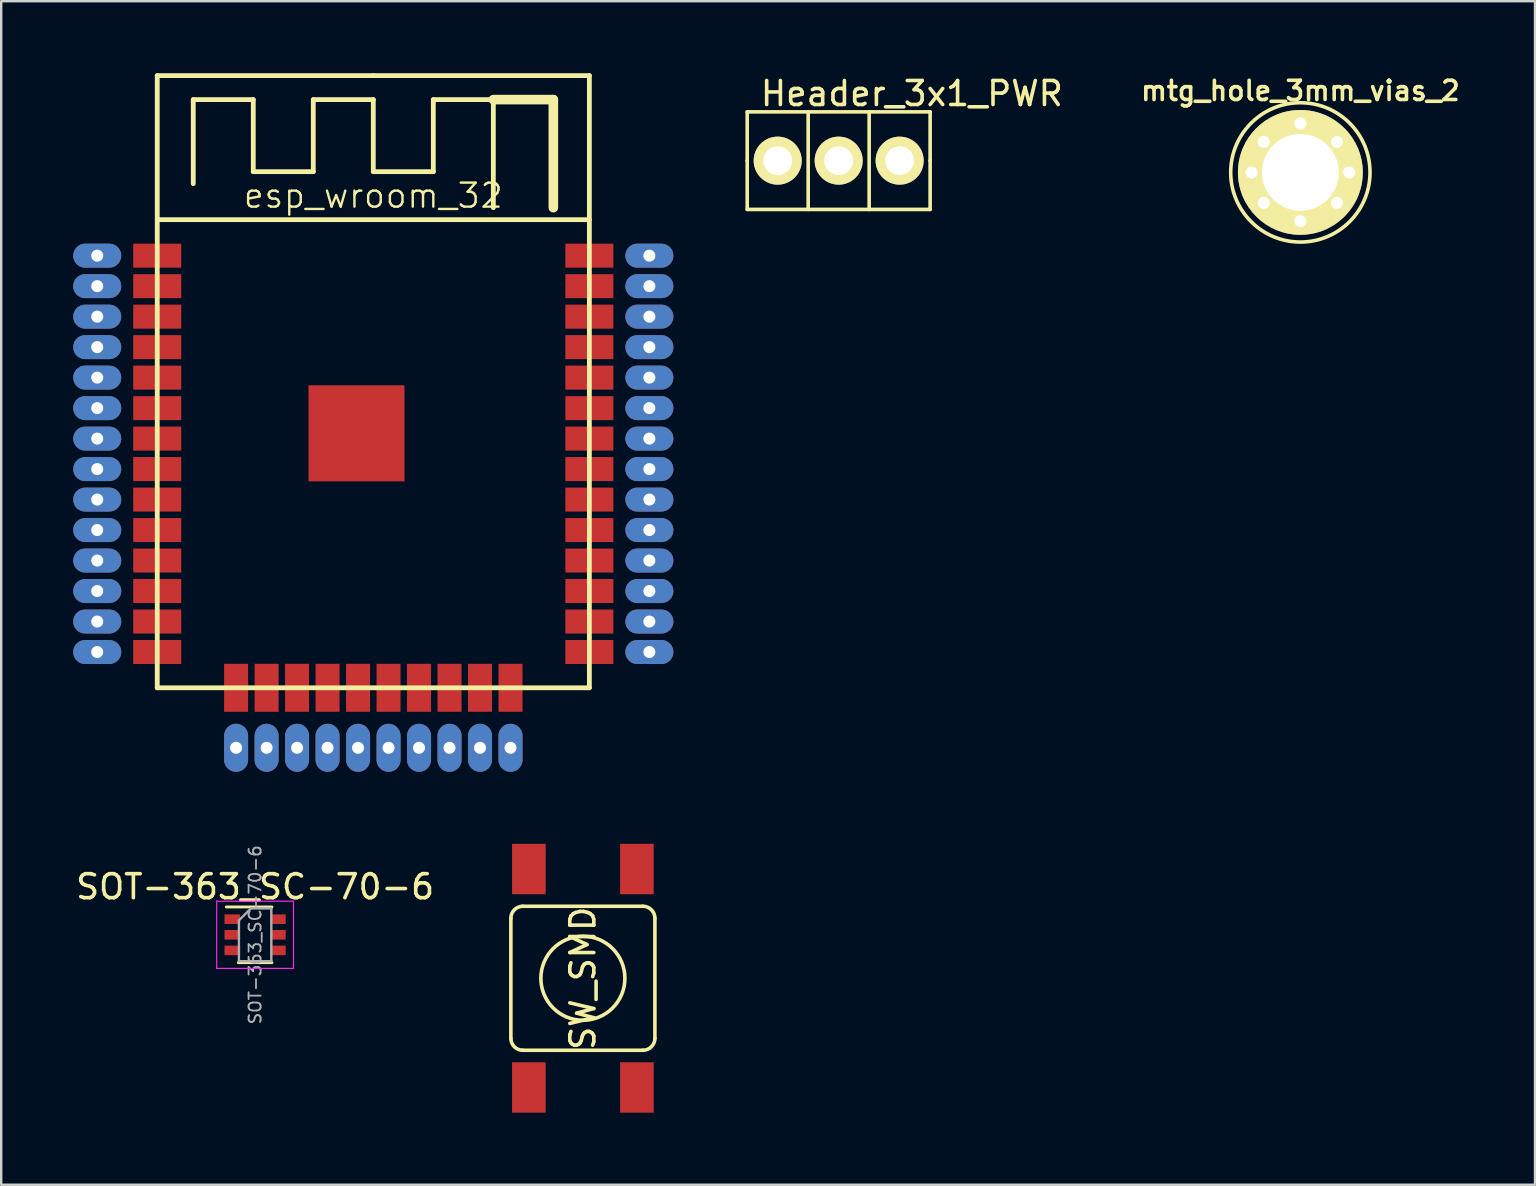
<source format=kicad_pcb>
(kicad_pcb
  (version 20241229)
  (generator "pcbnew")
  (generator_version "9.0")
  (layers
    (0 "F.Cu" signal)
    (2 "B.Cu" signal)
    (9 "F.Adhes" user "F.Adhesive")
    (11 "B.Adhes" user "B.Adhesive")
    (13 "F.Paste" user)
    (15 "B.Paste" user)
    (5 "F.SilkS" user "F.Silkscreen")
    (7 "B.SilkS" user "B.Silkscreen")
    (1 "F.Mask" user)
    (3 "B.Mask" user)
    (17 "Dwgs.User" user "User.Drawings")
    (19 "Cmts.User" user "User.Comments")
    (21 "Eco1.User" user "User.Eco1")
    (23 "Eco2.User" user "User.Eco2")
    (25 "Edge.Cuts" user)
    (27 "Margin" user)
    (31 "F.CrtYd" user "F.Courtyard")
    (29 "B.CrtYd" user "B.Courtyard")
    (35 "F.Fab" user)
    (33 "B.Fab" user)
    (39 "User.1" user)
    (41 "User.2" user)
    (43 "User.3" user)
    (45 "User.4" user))
  (footprint "mtg_hole_3mm_vias_2"
    (layer "F.Cu")
    (at 51.117 4.131)
    (property "Reference" "mtg_hole_3mm_vias_2" (at 0 -3.4 0) (layer "F.SilkS") (effects (font (size 0.8 0.8) (thickness 0.15))))
    (attr through_hole)
    (fp_circle (center 0 0) (end 2.9 0.1) (stroke (width 0.15) (type solid)) (fill no) (layer "F.SilkS"))
    (pad "1" thru_hole circle (at -2.032 0) (size 0.75 0.75) (drill 0.5) (layers "*.Cu" "*.Mask" "F.SilkS"))
    (pad "1" thru_hole circle (at -1.524 -1.27) (size 0.75 0.75) (drill 0.5) (layers "*.Cu" "*.Mask" "F.SilkS"))
    (pad "1" thru_hole circle (at -1.524 1.27) (size 0.75 0.75) (drill 0.5) (layers "*.Cu" "*.Mask" "F.SilkS"))
    (pad "1" thru_hole circle (at 0 -2.032) (size 0.75 0.75) (drill 0.5) (layers "*.Cu" "*.Mask" "F.SilkS"))
    (pad "1" thru_hole circle (at 0 0) (size 5.2 5.2) (drill 3.2) (layers "*.Cu" "*.Mask" "F.SilkS"))
    (pad "1" thru_hole circle (at 0 2.032) (size 0.75 0.75) (drill 0.5) (layers "*.Cu" "*.Mask" "F.SilkS"))
    (pad "1" thru_hole circle (at 1.524 -1.27) (size 0.75 0.75) (drill 0.5) (layers "*.Cu" "*.Mask" "F.SilkS"))
    (pad "1" thru_hole circle (at 1.524 1.27) (size 0.75 0.75) (drill 0.5) (layers "*.Cu" "*.Mask" "F.SilkS"))
    (pad "1" thru_hole circle (at 2.032 0) (size 0.75 0.75) (drill 0.5) (layers "*.Cu" "*.Mask" "F.SilkS")))
  (footprint "SW_SMD"
    (layer "F.Cu")
    (at 21.23 37.7)
    (property "Reference" "SW_SMD" (at 0 0 270) (layer "F.SilkS") (effects (font (size 1 1) (thickness 0.15))))
    (attr smd)
    (fp_line (start -3 2.5) (end -3 -2.5) (stroke (width 0.15) (type solid)) (layer "F.SilkS"))
    (fp_line (start -2.5 -3) (end 2.5 -3) (stroke (width 0.15) (type solid)) (layer "F.SilkS"))
    (fp_line (start 2.5 3) (end -2.5 3) (stroke (width 0.15) (type solid)) (layer "F.SilkS"))
    (fp_line (start 3 -2.5) (end 3 2.5) (stroke (width 0.15) (type solid)) (layer "F.SilkS"))
    (fp_arc (start -3 -2.5) (mid -2.853553 -2.853553) (end -2.5 -3) (stroke (width 0.15) (type solid)) (layer "F.SilkS"))
    (fp_arc (start -2.5 3) (mid -2.853553 2.853553) (end -3 2.5) (stroke (width 0.15) (type solid)) (layer "F.SilkS"))
    (fp_arc (start 2.5 -3) (mid 2.853553 -2.853553) (end 3 -2.5) (stroke (width 0.15) (type solid)) (layer "F.SilkS"))
    (fp_arc (start 3 2.5) (mid 2.853553 2.853553) (end 2.5 3) (stroke (width 0.15) (type solid)) (layer "F.SilkS"))
    (fp_circle (center 0 0) (end -1.75 0) (stroke (width 0.15) (type solid)) (fill no) (layer "F.SilkS"))
    (pad "1" smd rect (at -2.25 -4.55 270) (size 2.1 1.4) (layers "F.Cu" "F.Mask" "F.Paste"))
    (pad "1" smd rect (at -2.25 4.55 270) (size 2.1 1.4) (layers "F.Cu" "F.Mask" "F.Paste"))
    (pad "2" smd rect (at 2.25 -4.55 270) (size 2.1 1.4) (layers "F.Cu" "F.Mask" "F.Paste"))
    (pad "2" smd rect (at 2.25 4.55 270) (size 2.1 1.4) (layers "F.Cu" "F.Mask" "F.Paste")))
  (footprint "esp_wroom_32"
    (layer "F.Cu")
    (at 12.5 12.85)
    (property "Reference" "esp_wroom_32" (at 0 -7.75 0) (layer "F.SilkS") (effects (font (size 1 1) (thickness 0.1))))
    (attr through_hole)
    (fp_line (start -9 -12.75) (end 0 -12.75) (stroke (width 0.2) (type solid)) (layer "F.SilkS"))
    (fp_line (start -9 -6.75) (end 9 -6.75) (stroke (width 0.2) (type solid)) (layer "F.SilkS"))
    (fp_line (start -9 12.75) (end -9 -12.75) (stroke (width 0.2) (type solid)) (layer "F.SilkS"))
    (fp_line (start -7.5 -11.75) (end -7.5 -8.25) (stroke (width 0.2) (type solid)) (layer "F.SilkS"))
    (fp_line (start -5 -11.75) (end -7.5 -11.75) (stroke (width 0.2) (type solid)) (layer "F.SilkS"))
    (fp_line (start -5 -11.75) (end -5 -8.75) (stroke (width 0.2) (type solid)) (layer "F.SilkS"))
    (fp_line (start -2.5 -11.75) (end -2.5 -8.75) (stroke (width 0.2) (type solid)) (layer "F.SilkS"))
    (fp_line (start -2.5 -8.75) (end -5 -8.75) (stroke (width 0.2) (type solid)) (layer "F.SilkS"))
    (fp_line (start 0 -12.75) (end 9 -12.75) (stroke (width 0.2) (type solid)) (layer "F.SilkS"))
    (fp_line (start 0 -11.75) (end -2.5 -11.75) (stroke (width 0.2) (type solid)) (layer "F.SilkS"))
    (fp_line (start 0 -11.75) (end 0 -8.75) (stroke (width 0.2) (type solid)) (layer "F.SilkS"))
    (fp_line (start 0 -8.75) (end 2.5 -8.75) (stroke (width 0.2) (type solid)) (layer "F.SilkS"))
    (fp_line (start 2.5 -11.75) (end 2.5 -8.75) (stroke (width 0.2) (type solid)) (layer "F.SilkS"))
    (fp_line (start 2.5 -11.75) (end 5 -11.75) (stroke (width 0.2) (type solid)) (layer "F.SilkS"))
    (fp_line (start 5 -11.75) (end 5 -7.25) (stroke (width 0.2) (type solid)) (layer "F.SilkS"))
    (fp_line (start 5 -11.75) (end 7.5 -11.75) (stroke (width 0.4) (type solid)) (layer "F.SilkS"))
    (fp_line (start 7.5 -11.75) (end 7.5 -7.25) (stroke (width 0.4) (type solid)) (layer "F.SilkS"))
    (fp_line (start 9 -12.75) (end 9 12.75) (stroke (width 0.2) (type solid)) (layer "F.SilkS"))
    (fp_line (start 9 12.75) (end -9 12.75) (stroke (width 0.2) (type solid)) (layer "F.SilkS"))
    (pad "1" thru_hole oval (at -11.5 -5.25) (size 2 1) (drill 0.5) (layers "*.Cu" "*.Mask"))
    (pad "1" smd rect (at -9 -5.25) (size 2 1) (layers "F.Cu" "F.Mask" "F.Paste"))
    (pad "2" thru_hole oval (at -11.5 -3.98) (size 2 1) (drill 0.5) (layers "*.Cu" "*.Mask"))
    (pad "2" smd rect (at -9 -3.98) (size 2 1) (layers "F.Cu" "F.Mask" "F.Paste"))
    (pad "3" thru_hole oval (at -11.5 -2.71) (size 2 1) (drill 0.5) (layers "*.Cu" "*.Mask"))
    (pad "3" smd rect (at -9 -2.71) (size 2 1) (layers "F.Cu" "F.Mask" "F.Paste"))
    (pad "4" thru_hole oval (at -11.5 -1.44) (size 2 1) (drill 0.5) (layers "*.Cu" "*.Mask"))
    (pad "4" smd rect (at -9 -1.44) (size 2 1) (layers "F.Cu" "F.Mask" "F.Paste"))
    (pad "5" thru_hole oval (at -11.5 -0.17) (size 2 1) (drill 0.5) (layers "*.Cu" "*.Mask"))
    (pad "5" smd rect (at -9 -0.17) (size 2 1) (layers "F.Cu" "F.Mask" "F.Paste"))
    (pad "6" thru_hole oval (at -11.5 1.1) (size 2 1) (drill 0.5) (layers "*.Cu" "*.Mask"))
    (pad "6" smd rect (at -9 1.1) (size 2 1) (layers "F.Cu" "F.Mask" "F.Paste"))
    (pad "7" thru_hole oval (at -11.5 2.37) (size 2 1) (drill 0.5) (layers "*.Cu" "*.Mask"))
    (pad "7" smd rect (at -9 2.37) (size 2 1) (layers "F.Cu" "F.Mask" "F.Paste"))
    (pad "8" thru_hole oval (at -11.5 3.64) (size 2 1) (drill 0.5) (layers "*.Cu" "*.Mask"))
    (pad "8" smd rect (at -9 3.64) (size 2 1) (layers "F.Cu" "F.Mask" "F.Paste"))
    (pad "9" thru_hole oval (at -11.5 4.91) (size 2 1) (drill 0.5) (layers "*.Cu" "*.Mask"))
    (pad "9" smd rect (at -9 4.91) (size 2 1) (layers "F.Cu" "F.Mask" "F.Paste"))
    (pad "10" thru_hole oval (at -11.5 6.18) (size 2 1) (drill 0.5) (layers "*.Cu" "*.Mask"))
    (pad "10" smd rect (at -9 6.18) (size 2 1) (layers "F.Cu" "F.Mask" "F.Paste"))
    (pad "11" thru_hole oval (at -11.5 7.45) (size 2 1) (drill 0.5) (layers "*.Cu" "*.Mask"))
    (pad "11" smd rect (at -9 7.45) (size 2 1) (layers "F.Cu" "F.Mask" "F.Paste"))
    (pad "12" thru_hole oval (at -11.5 8.72) (size 2 1) (drill 0.5) (layers "*.Cu" "*.Mask"))
    (pad "12" smd rect (at -9 8.72) (size 2 1) (layers "F.Cu" "F.Mask" "F.Paste"))
    (pad "13" thru_hole oval (at -11.5 9.99) (size 2 1) (drill 0.5) (layers "*.Cu" "*.Mask"))
    (pad "13" smd rect (at -9 9.99) (size 2 1) (layers "F.Cu" "F.Mask" "F.Paste"))
    (pad "14" thru_hole oval (at -11.5 11.26) (size 2 1) (drill 0.5) (layers "*.Cu" "*.Mask"))
    (pad "14" smd rect (at -9 11.26) (size 2 1) (layers "F.Cu" "F.Mask" "F.Paste"))
    (pad "15" smd rect (at -5.715 12.75 90) (size 2 1) (layers "F.Cu" "F.Mask" "F.Paste"))
    (pad "15" thru_hole oval (at -5.715 15.25 90) (size 2 1) (drill 0.5) (layers "*.Cu" "*.Mask"))
    (pad "16" smd rect (at -4.445 12.75 90) (size 2 1) (layers "F.Cu" "F.Mask" "F.Paste"))
    (pad "16" thru_hole oval (at -4.445 15.25 90) (size 2 1) (drill 0.5) (layers "*.Cu" "*.Mask"))
    (pad "17" smd rect (at -3.175 12.75 90) (size 2 1) (layers "F.Cu" "F.Mask" "F.Paste"))
    (pad "17" thru_hole oval (at -3.175 15.25 90) (size 2 1) (drill 0.5) (layers "*.Cu" "*.Mask"))
    (pad "18" smd rect (at -1.905 12.75 90) (size 2 1) (layers "F.Cu" "F.Mask" "F.Paste"))
    (pad "18" thru_hole oval (at -1.905 15.25 90) (size 2 1) (drill 0.5) (layers "*.Cu" "*.Mask"))
    (pad "19" smd rect (at -0.635 12.75 90) (size 2 1) (layers "F.Cu" "F.Mask" "F.Paste"))
    (pad "19" thru_hole oval (at -0.635 15.25 90) (size 2 1) (drill 0.5) (layers "*.Cu" "*.Mask"))
    (pad "20" smd rect (at 0.635 12.75 90) (size 2 1) (layers "F.Cu" "F.Mask" "F.Paste"))
    (pad "20" thru_hole oval (at 0.635 15.25 90) (size 2 1) (drill 0.5) (layers "*.Cu" "*.Mask"))
    (pad "21" smd rect (at 1.905 12.75 90) (size 2 1) (layers "F.Cu" "F.Mask" "F.Paste"))
    (pad "21" thru_hole oval (at 1.905 15.25 90) (size 2 1) (drill 0.5) (layers "*.Cu" "*.Mask"))
    (pad "22" smd rect (at 3.175 12.75 90) (size 2 1) (layers "F.Cu" "F.Mask" "F.Paste"))
    (pad "22" thru_hole oval (at 3.175 15.25 90) (size 2 1) (drill 0.5) (layers "*.Cu" "*.Mask"))
    (pad "23" smd rect (at 4.445 12.75 90) (size 2 1) (layers "F.Cu" "F.Mask" "F.Paste"))
    (pad "23" thru_hole oval (at 4.445 15.25 90) (size 2 1) (drill 0.5) (layers "*.Cu" "*.Mask"))
    (pad "24" smd rect (at 5.715 12.75 90) (size 2 1) (layers "F.Cu" "F.Mask" "F.Paste"))
    (pad "24" thru_hole oval (at 5.715 15.25 90) (size 2 1) (drill 0.5) (layers "*.Cu" "*.Mask"))
    (pad "25" smd rect (at -0.7 2.15 90) (size 4 4) (layers "F.Cu" "F.Mask" "F.Paste"))
    (pad "25" smd rect (at 9 11.26) (size 2 1) (layers "F.Cu" "F.Mask" "F.Paste"))
    (pad "25" thru_hole oval (at 11.5 11.26) (size 2 1) (drill 0.5) (layers "*.Cu" "*.Mask"))
    (pad "26" smd rect (at 9 9.99) (size 2 1) (layers "F.Cu" "F.Mask" "F.Paste"))
    (pad "26" thru_hole oval (at 11.5 9.99) (size 2 1) (drill 0.5) (layers "*.Cu" "*.Mask"))
    (pad "27" smd rect (at 9 8.72) (size 2 1) (layers "F.Cu" "F.Mask" "F.Paste"))
    (pad "27" thru_hole oval (at 11.5 8.72) (size 2 1) (drill 0.5) (layers "*.Cu" "*.Mask"))
    (pad "28" smd rect (at 9 7.45) (size 2 1) (layers "F.Cu" "F.Mask" "F.Paste"))
    (pad "28" thru_hole oval (at 11.5 7.45) (size 2 1) (drill 0.5) (layers "*.Cu" "*.Mask"))
    (pad "29" smd rect (at 9 6.18) (size 2 1) (layers "F.Cu" "F.Mask" "F.Paste"))
    (pad "29" thru_hole oval (at 11.5 6.18) (size 2 1) (drill 0.5) (layers "*.Cu" "*.Mask"))
    (pad "30" smd rect (at 9 4.91) (size 2 1) (layers "F.Cu" "F.Mask" "F.Paste"))
    (pad "30" thru_hole oval (at 11.5 4.91) (size 2 1) (drill 0.5) (layers "*.Cu" "*.Mask"))
    (pad "31" smd rect (at 9 3.64) (size 2 1) (layers "F.Cu" "F.Mask" "F.Paste"))
    (pad "31" thru_hole oval (at 11.5 3.64) (size 2 1) (drill 0.5) (layers "*.Cu" "*.Mask"))
    (pad "32" smd rect (at 9 2.37) (size 2 1) (layers "F.Cu" "F.Mask" "F.Paste"))
    (pad "32" thru_hole oval (at 11.5 2.37) (size 2 1) (drill 0.5) (layers "*.Cu" "*.Mask"))
    (pad "33" smd rect (at 9 1.1) (size 2 1) (layers "F.Cu" "F.Mask" "F.Paste"))
    (pad "33" thru_hole oval (at 11.5 1.1) (size 2 1) (drill 0.5) (layers "*.Cu" "*.Mask"))
    (pad "34" smd rect (at 9 -0.17) (size 2 1) (layers "F.Cu" "F.Mask" "F.Paste"))
    (pad "34" thru_hole oval (at 11.5 -0.17) (size 2 1) (drill 0.5) (layers "*.Cu" "*.Mask"))
    (pad "35" smd rect (at 9 -1.44) (size 2 1) (layers "F.Cu" "F.Mask" "F.Paste"))
    (pad "35" thru_hole oval (at 11.5 -1.44) (size 2 1) (drill 0.5) (layers "*.Cu" "*.Mask"))
    (pad "36" smd rect (at 9 -2.71) (size 2 1) (layers "F.Cu" "F.Mask" "F.Paste"))
    (pad "36" thru_hole oval (at 11.5 -2.71) (size 2 1) (drill 0.5) (layers "*.Cu" "*.Mask"))
    (pad "37" smd rect (at 9 -3.98) (size 2 1) (layers "F.Cu" "F.Mask" "F.Paste"))
    (pad "37" thru_hole oval (at 11.5 -3.98) (size 2 1) (drill 0.5) (layers "*.Cu" "*.Mask"))
    (pad "38" smd rect (at 9 -5.25) (size 2 1) (layers "F.Cu" "F.Mask" "F.Paste"))
    (pad "38" thru_hole oval (at 11.5 -5.25) (size 2 1) (drill 0.5) (layers "*.Cu" "*.Mask")))
  (footprint "Header_3x1_PWR"
    (layer "F.Cu")
    (at 31.885 3.642)
    (property "Reference" "Header_3x1_PWR" (at 3.048 -2.794 0) (layer "F.SilkS") (effects (font (size 1 1) (thickness 0.15))))
    (attr smd)
    (fp_line (start -3.81 -2.032) (end 3.81 -2.032) (stroke (width 0.15) (type solid)) (layer "F.SilkS"))
    (fp_line (start -3.81 0) (end -3.81 -2.032) (stroke (width 0.15) (type solid)) (layer "F.SilkS"))
    (fp_line (start -3.81 2.032) (end -3.81 0) (stroke (width 0.15) (type solid)) (layer "F.SilkS"))
    (fp_line (start -1.27 -2.032) (end -1.27 2.032) (stroke (width 0.15) (type solid)) (layer "F.SilkS"))
    (fp_line (start 1.27 2.032) (end 1.27 -2.032) (stroke (width 0.15) (type solid)) (layer "F.SilkS"))
    (fp_line (start 3.81 -2.032) (end 3.81 0) (stroke (width 0.15) (type solid)) (layer "F.SilkS"))
    (fp_line (start 3.81 0) (end 3.81 2.032) (stroke (width 0.15) (type solid)) (layer "F.SilkS"))
    (fp_line (start 3.81 2.032) (end -3.81 2.032) (stroke (width 0.15) (type solid)) (layer "F.SilkS"))
    (pad "1" thru_hole circle (at -2.54 0) (size 2 2) (drill 1.2) (layers "*.Cu" "*.Mask" "F.SilkS"))
    (pad "2" thru_hole circle (at 0 0) (size 2 2) (drill 1.2) (layers "*.Cu" "*.Mask" "F.SilkS"))
    (pad "3" thru_hole circle (at 2.54 0) (size 2 2) (drill 1.2) (layers "*.Cu" "*.Mask" "F.SilkS")))
  (footprint "SOT-363_SC-70-6"
    (layer "F.Cu")
    (at 7.577 35.889)
    (property "Reference" "SOT-363_SC-70-6" (at 0 -2 0) (layer "F.SilkS") (effects (font (size 1 1) (thickness 0.15))))
    (attr smd)
    (fp_line (start -0.7 1.16) (end 0.7 1.16) (stroke (width 0.12) (type solid)) (layer "F.SilkS"))
    (fp_line (start 0.7 -1.16) (end -1.2 -1.16) (stroke (width 0.12) (type solid)) (layer "F.SilkS"))
    (fp_line (start -1.6 -1.4) (end -1.6 1.4) (stroke (width 0.05) (type solid)) (layer "F.CrtYd"))
    (fp_line (start -1.6 -1.4) (end 1.6 -1.4) (stroke (width 0.05) (type solid)) (layer "F.CrtYd"))
    (fp_line (start -1.6 1.4) (end 1.6 1.4) (stroke (width 0.05) (type solid)) (layer "F.CrtYd"))
    (fp_line (start 1.6 1.4) (end 1.6 -1.4) (stroke (width 0.05) (type solid)) (layer "F.CrtYd"))
    (fp_line (start -0.675 -0.6) (end -0.675 1.1) (stroke (width 0.1) (type solid)) (layer "F.Fab"))
    (fp_line (start -0.175 -1.1) (end -0.675 -0.6) (stroke (width 0.1) (type solid)) (layer "F.Fab"))
    (fp_line (start 0.675 -1.1) (end -0.175 -1.1) (stroke (width 0.1) (type solid)) (layer "F.Fab"))
    (fp_line (start 0.675 -1.1) (end 0.675 1.1) (stroke (width 0.1) (type solid)) (layer "F.Fab"))
    (fp_line (start 0.675 1.1) (end -0.675 1.1) (stroke (width 0.1) (type solid)) (layer "F.Fab"))
    (fp_text user "${REFERENCE}" (at 0 0 90) (layer "F.Fab") (effects (font (size 0.5 0.5) (thickness 0.075))))
    (pad "1" smd rect (at -0.95 -0.65) (size 0.65 0.4) (layers "F.Cu" "F.Mask" "F.Paste"))
    (pad "2" smd rect (at -0.95 0) (size 0.65 0.4) (layers "F.Cu" "F.Mask" "F.Paste"))
    (pad "3" smd rect (at -0.95 0.65) (size 0.65 0.4) (layers "F.Cu" "F.Mask" "F.Paste"))
    (pad "4" smd rect (at 0.95 0.65) (size 0.65 0.4) (layers "F.Cu" "F.Mask" "F.Paste"))
    (pad "5" smd rect (at 0.95 0) (size 0.65 0.4) (layers "F.Cu" "F.Mask" "F.Paste"))
    (pad "6" smd rect (at 0.95 -0.65) (size 0.65 0.4) (layers "F.Cu" "F.Mask" "F.Paste")))
  (gr_rect
    (start -3 -3)
    (end 60.891 46.3)
    (stroke (width 0.1) (type default))
    (fill no)
    (layer "Edge.Cuts")))
</source>
